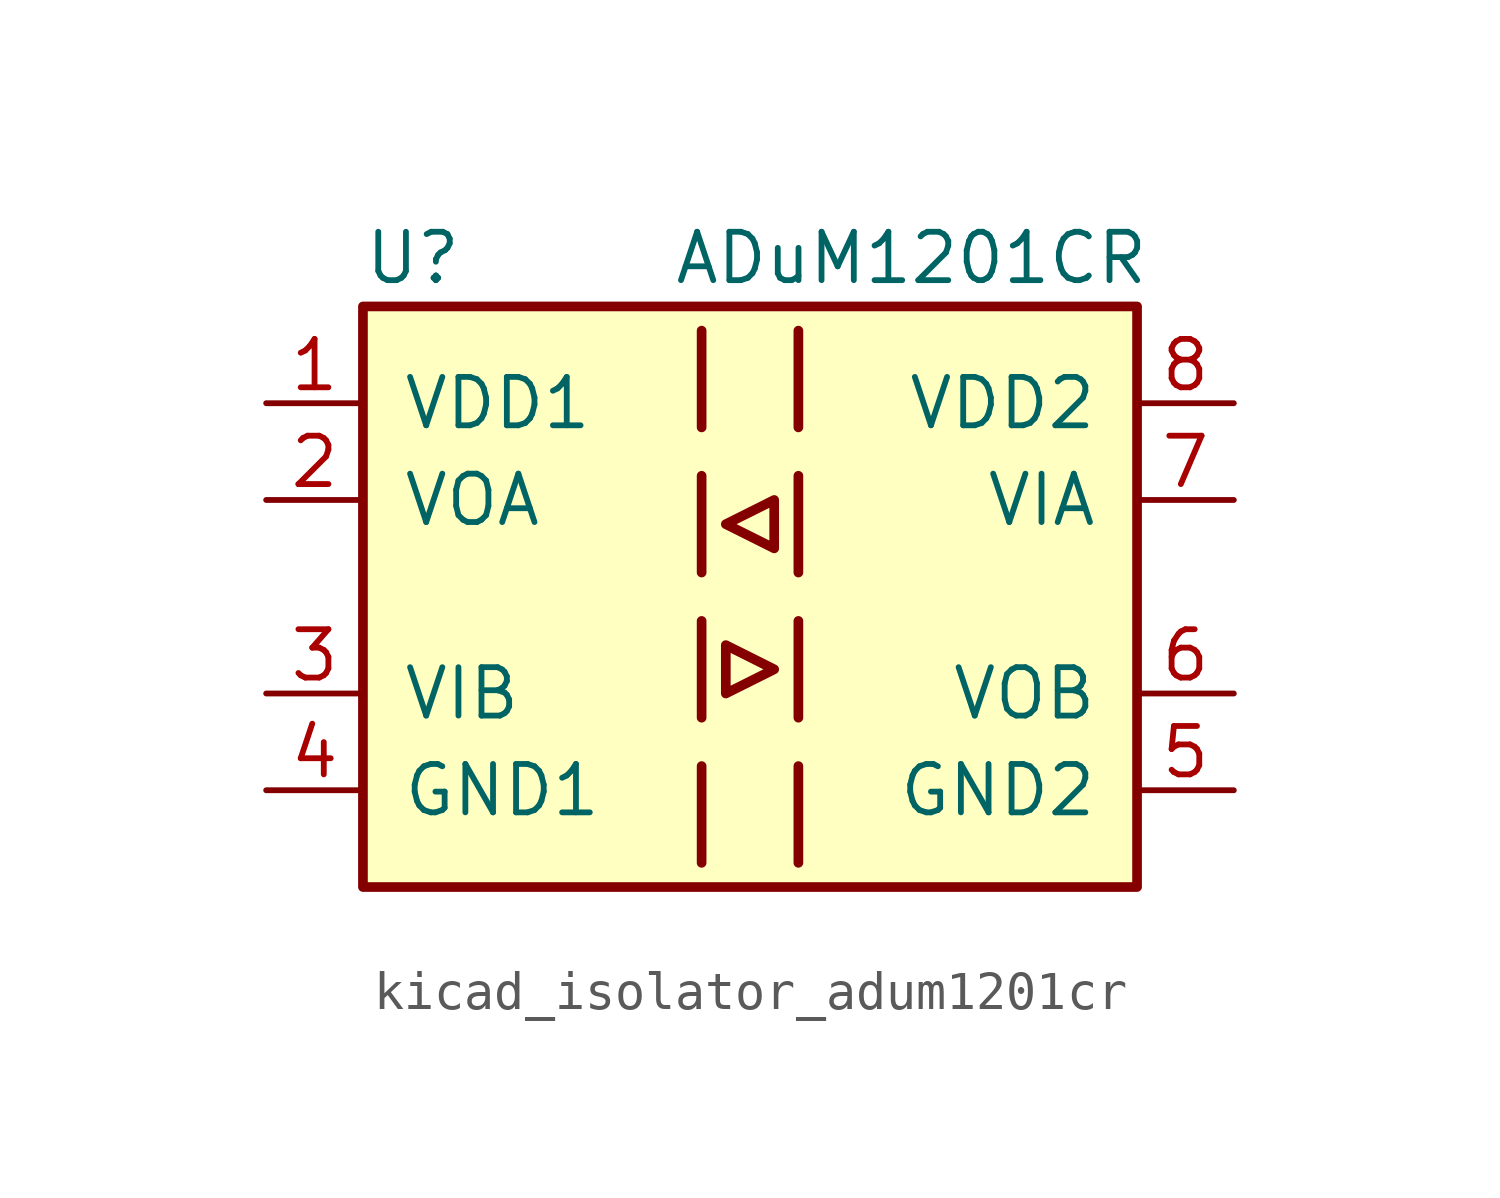
<source format=kicad_sym>
(kicad_symbol_lib
  (version 20220914)
  (generator kicad_symbol_editor)
  (symbol "kicad_isolator_adum1201cr"
    (pin_names
      (offset 1.016))
    (property "Reference" "U"
      (at -10.16 8.89 0)
      (effects (font (size 1.27 1.27)) (justify left)))
    (property "Value" "ADuM1201CR"
      (at -2.032 8.89 0)
      (effects (font (size 1.27 1.27)) (justify left)))
    (symbol "kicad_isolator_adum1201cr_0_1"
      (rectangle (start -10.16 7.62) (end 10.16 -7.62) (stroke (width 0.254) (type default)) (fill (type background)))
      (polyline (pts (xy -1.27 -4.445) (xy -1.27 -6.985)) (stroke (width 0.254) (type default)) (fill (type none)))
      (polyline (pts (xy -1.27 -0.635) (xy -1.27 -3.175)) (stroke (width 0.254) (type default)) (fill (type none)))
      (polyline (pts (xy -1.27 3.175) (xy -1.27 0.635)) (stroke (width 0.254) (type default)) (fill (type none)))
      (polyline (pts (xy -1.27 6.985) (xy -1.27 4.445)) (stroke (width 0.254) (type default)) (fill (type none)))
      (polyline (pts (xy 1.27 -4.445) (xy 1.27 -6.985)) (stroke (width 0.254) (type default)) (fill (type none)))
      (polyline (pts (xy 1.27 -0.635) (xy 1.27 -3.175)) (stroke (width 0.254) (type default)) (fill (type none)))
      (polyline (pts (xy 1.27 3.175) (xy 1.27 0.635)) (stroke (width 0.254) (type default)) (fill (type none)))
      (polyline (pts (xy 1.27 6.985) (xy 1.27 4.445)) (stroke (width 0.254) (type default)) (fill (type none)))
      (polyline (pts (xy -0.635 -1.27) (xy -0.635 -2.54) (xy 0.635 -1.905) (xy -0.635 -1.27)) (stroke (width 0.254) (type default)) (fill (type none)))
      (polyline (pts (xy 0.635 2.54) (xy 0.635 1.27) (xy -0.635 1.905) (xy 0.635 2.54)) (stroke (width 0.254) (type default)) (fill (type none))))
    (symbol "kicad_isolator_adum1201cr_1_1"
      (pin power_in line (at -12.7 5.08 0) (length 2.54) (name "VDD1" (effects (font (size 1.27 1.27)))) (number "1" (effects (font (size 1.27 1.27)))))
      (pin output line (at -12.7 2.54 0) (length 2.54) (name "VOA" (effects (font (size 1.27 1.27)))) (number "2" (effects (font (size 1.27 1.27)))))
      (pin input line (at -12.7 -2.54 0) (length 2.54) (name "VIB" (effects (font (size 1.27 1.27)))) (number "3" (effects (font (size 1.27 1.27)))))
      (pin power_in line (at -12.7 -5.08 0) (length 2.54) (name "GND1" (effects (font (size 1.27 1.27)))) (number "4" (effects (font (size 1.27 1.27)))))
      (pin power_in line (at 12.7 -5.08 180) (length 2.54) (name "GND2" (effects (font (size 1.27 1.27)))) (number "5" (effects (font (size 1.27 1.27)))))
      (pin output line (at 12.7 -2.54 180) (length 2.54) (name "VOB" (effects (font (size 1.27 1.27)))) (number "6" (effects (font (size 1.27 1.27)))))
      (pin input line (at 12.7 2.54 180) (length 2.54) (name "VIA" (effects (font (size 1.27 1.27)))) (number "7" (effects (font (size 1.27 1.27)))))
      (pin power_in line (at 12.7 5.08 180) (length 2.54) (name "VDD2" (effects (font (size 1.27 1.27)))) (number "8" (effects (font (size 1.27 1.27))))))))
</source>
